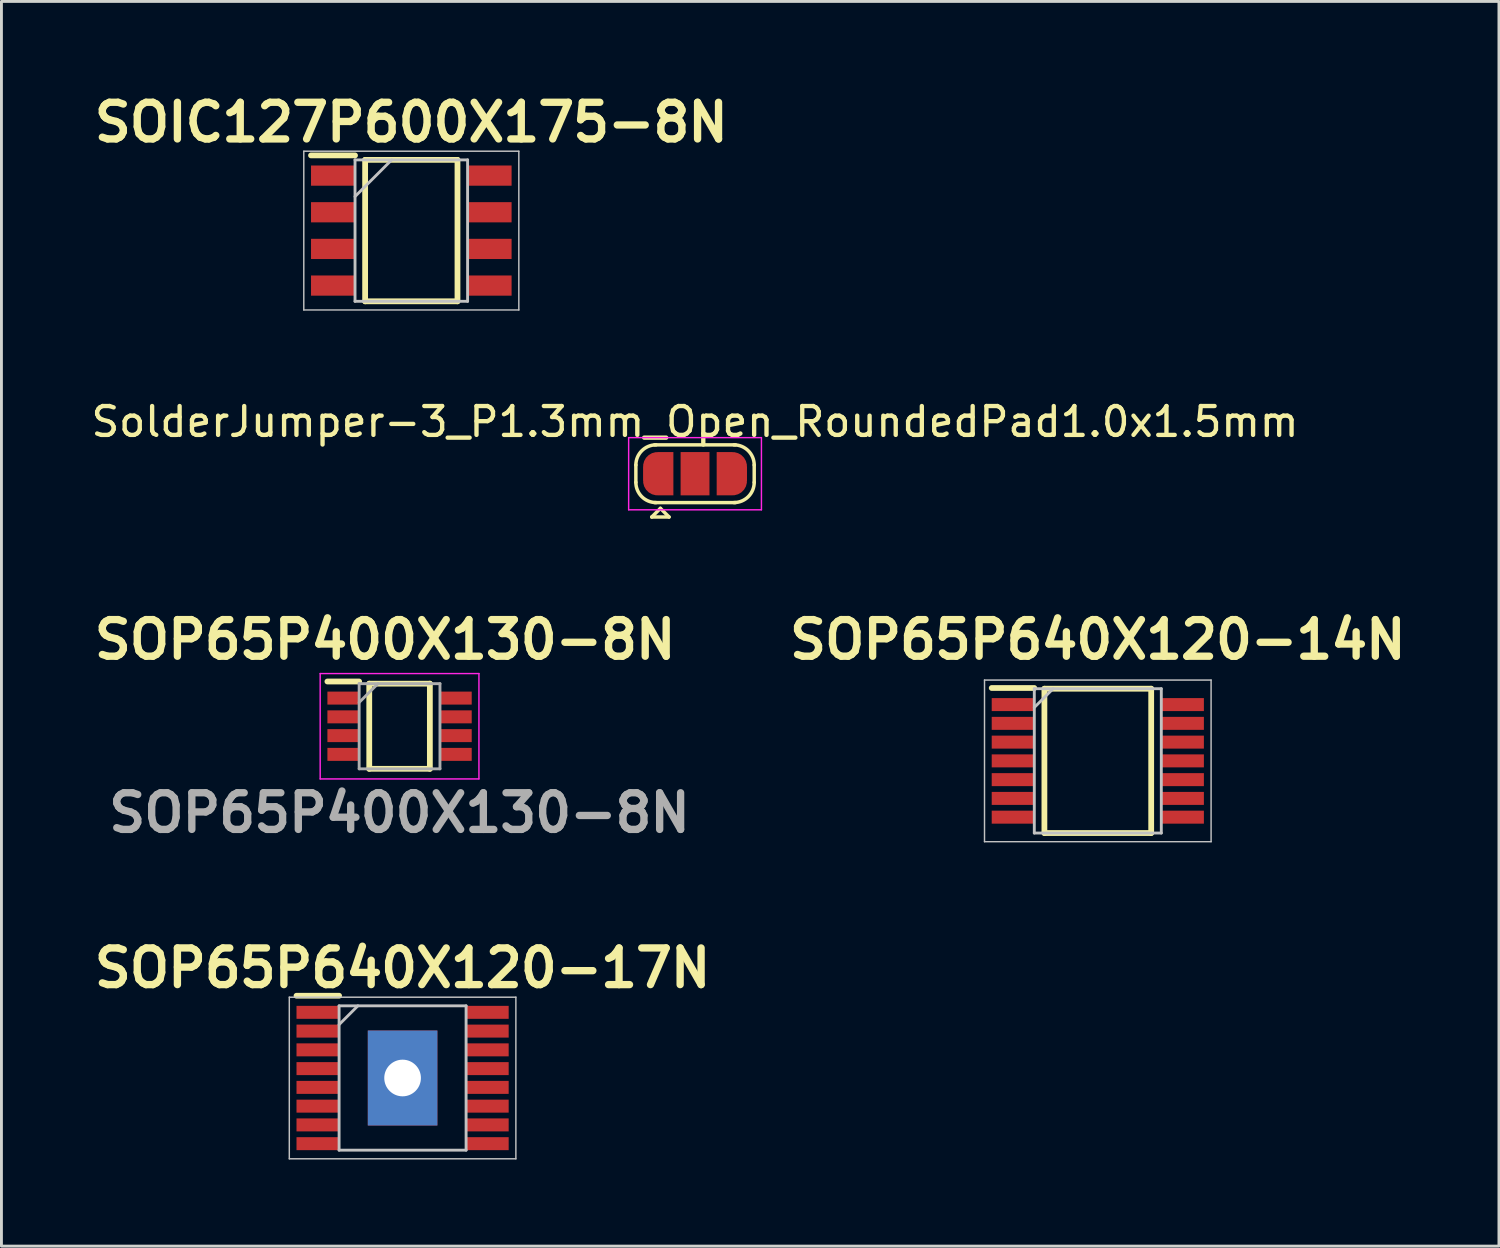
<source format=kicad_pcb>
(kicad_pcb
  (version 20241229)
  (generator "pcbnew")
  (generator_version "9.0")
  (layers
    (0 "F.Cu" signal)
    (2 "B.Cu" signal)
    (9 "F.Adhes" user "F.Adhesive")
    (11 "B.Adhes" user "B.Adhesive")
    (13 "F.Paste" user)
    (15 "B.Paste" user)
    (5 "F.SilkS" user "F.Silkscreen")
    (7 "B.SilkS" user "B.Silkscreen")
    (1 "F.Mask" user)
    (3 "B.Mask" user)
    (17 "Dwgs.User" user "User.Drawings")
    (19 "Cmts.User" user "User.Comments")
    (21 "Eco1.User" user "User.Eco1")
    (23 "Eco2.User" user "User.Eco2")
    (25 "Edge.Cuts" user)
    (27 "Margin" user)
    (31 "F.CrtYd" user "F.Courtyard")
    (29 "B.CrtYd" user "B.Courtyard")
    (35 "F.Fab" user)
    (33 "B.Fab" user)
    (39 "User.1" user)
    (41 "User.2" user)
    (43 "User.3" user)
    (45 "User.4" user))
  (footprint "SOP65P400X130-8N"
    (layer "F.Cu")
    (at 10.793 22.111)
    (property "Reference" "SOP65P400X130-8N" (at -0.5 -3 0) (layer "F.SilkS") (effects (font (size 1.27 1.27) (thickness 0.254))))
    (attr smd)
    (fp_line (start -2.5 -1.55) (end -1.4 -1.55) (stroke (width 0.2) (type solid)) (layer "F.SilkS"))
    (fp_line (start -1.05 -1.475) (end 1.05 -1.475) (stroke (width 0.2) (type solid)) (layer "F.SilkS"))
    (fp_line (start -1.05 1.475) (end -1.05 -1.475) (stroke (width 0.2) (type solid)) (layer "F.SilkS"))
    (fp_line (start 1.05 -1.475) (end 1.05 1.475) (stroke (width 0.2) (type solid)) (layer "F.SilkS"))
    (fp_line (start 1.05 1.475) (end -1.05 1.475) (stroke (width 0.2) (type solid)) (layer "F.SilkS"))
    (fp_line (start -2.75 -1.825) (end 2.75 -1.825) (stroke (width 0.05) (type solid)) (layer "F.CrtYd"))
    (fp_line (start -2.75 1.825) (end -2.75 -1.825) (stroke (width 0.05) (type solid)) (layer "F.CrtYd"))
    (fp_line (start 2.75 -1.825) (end 2.75 1.825) (stroke (width 0.05) (type solid)) (layer "F.CrtYd"))
    (fp_line (start 2.75 1.825) (end -2.75 1.825) (stroke (width 0.05) (type solid)) (layer "F.CrtYd"))
    (fp_line (start -1.4 -1.475) (end 1.4 -1.475) (stroke (width 0.1) (type solid)) (layer "F.Fab"))
    (fp_line (start -1.4 -0.825) (end -0.75 -1.475) (stroke (width 0.1) (type solid)) (layer "F.Fab"))
    (fp_line (start -1.4 1.475) (end -1.4 -1.475) (stroke (width 0.1) (type solid)) (layer "F.Fab"))
    (fp_line (start 1.4 -1.475) (end 1.4 1.475) (stroke (width 0.1) (type solid)) (layer "F.Fab"))
    (fp_line (start 1.4 1.475) (end -1.4 1.475) (stroke (width 0.1) (type solid)) (layer "F.Fab"))
    (fp_text user "${REFERENCE}" (at 0 3 0) (layer "F.Fab") (effects (font (size 1.27 1.27) (thickness 0.254))))
    (pad "1" smd rect (at -1.95 -0.975 90) (size 0.45 1.1) (layers "F.Cu" "F.Mask" "F.Paste"))
    (pad "2" smd rect (at -1.95 -0.325 90) (size 0.45 1.1) (layers "F.Cu" "F.Mask" "F.Paste"))
    (pad "3" smd rect (at -1.95 0.325 90) (size 0.45 1.1) (layers "F.Cu" "F.Mask" "F.Paste"))
    (pad "4" smd rect (at -1.95 0.975 90) (size 0.45 1.1) (layers "F.Cu" "F.Mask" "F.Paste"))
    (pad "5" smd rect (at 1.95 0.975 90) (size 0.45 1.1) (layers "F.Cu" "F.Mask" "F.Paste"))
    (pad "6" smd rect (at 1.95 0.325 90) (size 0.45 1.1) (layers "F.Cu" "F.Mask" "F.Paste"))
    (pad "7" smd rect (at 1.95 -0.325 90) (size 0.45 1.1) (layers "F.Cu" "F.Mask" "F.Paste"))
    (pad "8" smd rect (at 1.95 -0.975 90) (size 0.45 1.1) (layers "F.Cu" "F.Mask" "F.Paste")))
  (footprint "SOP65P640X120-14N"
    (layer "F.Cu")
    (at 34.984 23.311)
    (property "Reference" "SOP65P640X120-14N" (at 0 -4.2 0) (layer "F.SilkS") (effects (font (size 1.27 1.27) (thickness 0.254))))
    (attr smd)
    (fp_line (start -3.675 -2.525) (end -2.2 -2.525) (stroke (width 0.2) (type solid)) (layer "F.SilkS"))
    (fp_line (start -1.85 -2.5) (end 1.85 -2.5) (stroke (width 0.2) (type solid)) (layer "F.SilkS"))
    (fp_line (start -1.85 2.5) (end -1.85 -2.5) (stroke (width 0.2) (type solid)) (layer "F.SilkS"))
    (fp_line (start 1.85 -2.5) (end 1.85 2.5) (stroke (width 0.2) (type solid)) (layer "F.SilkS"))
    (fp_line (start 1.85 2.5) (end -1.85 2.5) (stroke (width 0.2) (type solid)) (layer "F.SilkS"))
    (fp_line (start -3.925 -2.8) (end 3.925 -2.8) (stroke (width 0.05) (type solid)) (layer "Dwgs.User"))
    (fp_line (start -3.925 2.8) (end -3.925 -2.8) (stroke (width 0.05) (type solid)) (layer "Dwgs.User"))
    (fp_line (start -2.2 -2.5) (end 2.2 -2.5) (stroke (width 0.1) (type solid)) (layer "Dwgs.User"))
    (fp_line (start -2.2 -1.85) (end -1.55 -2.5) (stroke (width 0.1) (type solid)) (layer "Dwgs.User"))
    (fp_line (start -2.2 2.5) (end -2.2 -2.5) (stroke (width 0.1) (type solid)) (layer "Dwgs.User"))
    (fp_line (start 2.2 -2.5) (end 2.2 2.5) (stroke (width 0.1) (type solid)) (layer "Dwgs.User"))
    (fp_line (start 2.2 2.5) (end -2.2 2.5) (stroke (width 0.1) (type solid)) (layer "Dwgs.User"))
    (fp_line (start 3.925 -2.8) (end 3.925 2.8) (stroke (width 0.05) (type solid)) (layer "Dwgs.User"))
    (fp_line (start 3.925 2.8) (end -3.925 2.8) (stroke (width 0.05) (type solid)) (layer "Dwgs.User"))
    (pad "1" smd rect (at -2.938 -1.95 90) (size 0.45 1.475) (layers "F.Cu" "F.Mask" "F.Paste"))
    (pad "2" smd rect (at -2.938 -1.3 90) (size 0.45 1.475) (layers "F.Cu" "F.Mask" "F.Paste"))
    (pad "3" smd rect (at -2.938 -0.65 90) (size 0.45 1.475) (layers "F.Cu" "F.Mask" "F.Paste"))
    (pad "4" smd rect (at -2.938 0 90) (size 0.45 1.475) (layers "F.Cu" "F.Mask" "F.Paste"))
    (pad "5" smd rect (at -2.938 0.65 90) (size 0.45 1.475) (layers "F.Cu" "F.Mask" "F.Paste"))
    (pad "6" smd rect (at -2.938 1.3 90) (size 0.45 1.475) (layers "F.Cu" "F.Mask" "F.Paste"))
    (pad "7" smd rect (at -2.938 1.95 90) (size 0.45 1.475) (layers "F.Cu" "F.Mask" "F.Paste"))
    (pad "8" smd rect (at 2.938 1.95 90) (size 0.45 1.475) (layers "F.Cu" "F.Mask" "F.Paste"))
    (pad "9" smd rect (at 2.938 1.3 90) (size 0.45 1.475) (layers "F.Cu" "F.Mask" "F.Paste"))
    (pad "10" smd rect (at 2.938 0.65 90) (size 0.45 1.475) (layers "F.Cu" "F.Mask" "F.Paste"))
    (pad "11" smd rect (at 2.938 0 90) (size 0.45 1.475) (layers "F.Cu" "F.Mask" "F.Paste"))
    (pad "12" smd rect (at 2.938 -0.65 90) (size 0.45 1.475) (layers "F.Cu" "F.Mask" "F.Paste"))
    (pad "13" smd rect (at 2.938 -1.3 90) (size 0.45 1.475) (layers "F.Cu" "F.Mask" "F.Paste"))
    (pad "14" smd rect (at 2.938 -1.95 90) (size 0.45 1.475) (layers "F.Cu" "F.Mask" "F.Paste")))
  (footprint "SOP65P640X120-17N"
    (layer "F.Cu")
    (at 10.898 34.298)
    (property "Reference" "SOP65P640X120-17N" (at 0 -3.81 0) (layer "F.SilkS") (effects (font (size 1.27 1.27) (thickness 0.254))))
    (attr smd)
    (fp_line (start -3.675 -2.85) (end -2.2 -2.85) (stroke (width 0.2) (type solid)) (layer "F.SilkS"))
    (fp_line (start -3.925 -2.8) (end 3.925 -2.8) (stroke (width 0.05) (type solid)) (layer "Dwgs.User"))
    (fp_line (start -3.925 2.8) (end -3.925 -2.8) (stroke (width 0.05) (type solid)) (layer "Dwgs.User"))
    (fp_line (start -2.2 -2.5) (end 2.2 -2.5) (stroke (width 0.1) (type solid)) (layer "Dwgs.User"))
    (fp_line (start -2.2 -1.85) (end -1.55 -2.5) (stroke (width 0.1) (type solid)) (layer "Dwgs.User"))
    (fp_line (start -2.2 2.5) (end -2.2 -2.5) (stroke (width 0.1) (type solid)) (layer "Dwgs.User"))
    (fp_line (start 2.2 -2.5) (end 2.2 2.5) (stroke (width 0.1) (type solid)) (layer "Dwgs.User"))
    (fp_line (start 2.2 2.5) (end -2.2 2.5) (stroke (width 0.1) (type solid)) (layer "Dwgs.User"))
    (fp_line (start 3.925 -2.8) (end 3.925 2.8) (stroke (width 0.05) (type solid)) (layer "Dwgs.User"))
    (fp_line (start 3.925 2.8) (end -3.925 2.8) (stroke (width 0.05) (type solid)) (layer "Dwgs.User"))
    (pad "1" smd rect (at -2.938 -2.275 90) (size 0.45 1.475) (layers "F.Cu" "F.Mask" "F.Paste"))
    (pad "2" smd rect (at -2.938 -1.625 90) (size 0.45 1.475) (layers "F.Cu" "F.Mask" "F.Paste"))
    (pad "3" smd rect (at -2.938 -0.975 90) (size 0.45 1.475) (layers "F.Cu" "F.Mask" "F.Paste"))
    (pad "4" smd rect (at -2.938 -0.325 90) (size 0.45 1.475) (layers "F.Cu" "F.Mask" "F.Paste"))
    (pad "5" smd rect (at -2.938 0.325 90) (size 0.45 1.475) (layers "F.Cu" "F.Mask" "F.Paste"))
    (pad "6" smd rect (at -2.938 0.975 90) (size 0.45 1.475) (layers "F.Cu" "F.Mask" "F.Paste"))
    (pad "7" smd rect (at -2.938 1.625 90) (size 0.45 1.475) (layers "F.Cu" "F.Mask" "F.Paste"))
    (pad "8" smd rect (at -2.938 2.275 90) (size 0.45 1.475) (layers "F.Cu" "F.Mask" "F.Paste"))
    (pad "9" smd rect (at 2.938 2.275 90) (size 0.45 1.475) (layers "F.Cu" "F.Mask" "F.Paste"))
    (pad "10" smd rect (at 2.938 1.625 90) (size 0.45 1.475) (layers "F.Cu" "F.Mask" "F.Paste"))
    (pad "11" smd rect (at 2.938 0.975 90) (size 0.45 1.475) (layers "F.Cu" "F.Mask" "F.Paste"))
    (pad "12" smd rect (at 2.938 0.325 90) (size 0.45 1.475) (layers "F.Cu" "F.Mask" "F.Paste"))
    (pad "13" smd rect (at 2.938 -0.325 90) (size 0.45 1.475) (layers "F.Cu" "F.Mask" "F.Paste"))
    (pad "14" smd rect (at 2.938 -0.975 90) (size 0.45 1.475) (layers "F.Cu" "F.Mask" "F.Paste"))
    (pad "15" smd rect (at 2.938 -1.625 90) (size 0.45 1.475) (layers "F.Cu" "F.Mask" "F.Paste"))
    (pad "16" smd rect (at 2.938 -2.275 90) (size 0.45 1.475) (layers "F.Cu" "F.Mask" "F.Paste"))
    (pad "17" thru_hole rect (at 0 0) (size 2.41 3.29) (drill 1.27) (layers "*.Cu" "*.Mask")))
  (footprint "SOIC127P600X175-8N"
    (layer "F.Cu")
    (at 11.2 4.939)
    (property "Reference" "SOIC127P600X175-8N" (at 0 -3.75 0) (layer "F.SilkS") (effects (font (size 1.27 1.27) (thickness 0.254))))
    (attr smd)
    (fp_line (start -3.475 -2.605) (end -1.95 -2.605) (stroke (width 0.2) (type solid)) (layer "F.SilkS"))
    (fp_line (start -1.6 -2.45) (end 1.6 -2.45) (stroke (width 0.2) (type solid)) (layer "F.SilkS"))
    (fp_line (start -1.6 2.45) (end -1.6 -2.45) (stroke (width 0.2) (type solid)) (layer "F.SilkS"))
    (fp_line (start 1.6 -2.45) (end 1.6 2.45) (stroke (width 0.2) (type solid)) (layer "F.SilkS"))
    (fp_line (start 1.6 2.45) (end -1.6 2.45) (stroke (width 0.2) (type solid)) (layer "F.SilkS"))
    (fp_line (start -3.725 -2.75) (end 3.725 -2.75) (stroke (width 0.05) (type solid)) (layer "Dwgs.User"))
    (fp_line (start -3.725 2.75) (end -3.725 -2.75) (stroke (width 0.05) (type solid)) (layer "Dwgs.User"))
    (fp_line (start -1.95 -2.45) (end 1.95 -2.45) (stroke (width 0.1) (type solid)) (layer "Dwgs.User"))
    (fp_line (start -1.95 -1.18) (end -0.68 -2.45) (stroke (width 0.1) (type solid)) (layer "Dwgs.User"))
    (fp_line (start -1.95 2.45) (end -1.95 -2.45) (stroke (width 0.1) (type solid)) (layer "Dwgs.User"))
    (fp_line (start 1.95 -2.45) (end 1.95 2.45) (stroke (width 0.1) (type solid)) (layer "Dwgs.User"))
    (fp_line (start 1.95 2.45) (end -1.95 2.45) (stroke (width 0.1) (type solid)) (layer "Dwgs.User"))
    (fp_line (start 3.725 -2.75) (end 3.725 2.75) (stroke (width 0.05) (type solid)) (layer "Dwgs.User"))
    (fp_line (start 3.725 2.75) (end -3.725 2.75) (stroke (width 0.05) (type solid)) (layer "Dwgs.User"))
    (pad "1" smd rect (at -2.712 -1.905 90) (size 0.7 1.525) (layers "F.Cu" "F.Mask" "F.Paste"))
    (pad "2" smd rect (at -2.712 -0.635 90) (size 0.7 1.525) (layers "F.Cu" "F.Mask" "F.Paste"))
    (pad "3" smd rect (at -2.712 0.635 90) (size 0.7 1.525) (layers "F.Cu" "F.Mask" "F.Paste"))
    (pad "4" smd rect (at -2.712 1.905 90) (size 0.7 1.525) (layers "F.Cu" "F.Mask" "F.Paste"))
    (pad "5" smd rect (at 2.712 1.905 90) (size 0.7 1.525) (layers "F.Cu" "F.Mask" "F.Paste"))
    (pad "6" smd rect (at 2.712 0.635 90) (size 0.7 1.525) (layers "F.Cu" "F.Mask" "F.Paste"))
    (pad "7" smd rect (at 2.712 -0.635 90) (size 0.7 1.525) (layers "F.Cu" "F.Mask" "F.Paste"))
    (pad "8" smd rect (at 2.712 -1.905 90) (size 0.7 1.525) (layers "F.Cu" "F.Mask" "F.Paste")))
  (footprint "SolderJumper-3_P1.3mm_Open_RoundedPad1.0x1.5mm"
    (layer "F.Cu")
    (at 21.03 13.362)
    (property "Reference" "SolderJumper-3_P1.3mm_Open_RoundedPad1.0x1.5mm" (at 0 -1.8 0) (layer "F.SilkS") (effects (font (size 1 1) (thickness 0.15))))
    (attr exclude_from_pos_files exclude_from_bom)
    (fp_line (start -2.05 0.3) (end -2.05 -0.3) (stroke (width 0.12) (type solid)) (layer "F.SilkS"))
    (fp_line (start -1.5 1.5) (end -0.9 1.5) (stroke (width 0.12) (type solid)) (layer "F.SilkS"))
    (fp_line (start -1.4 -1) (end 1.4 -1) (stroke (width 0.12) (type solid)) (layer "F.SilkS"))
    (fp_line (start -1.2 1.2) (end -1.5 1.5) (stroke (width 0.12) (type solid)) (layer "F.SilkS"))
    (fp_line (start -1.2 1.2) (end -0.9 1.5) (stroke (width 0.12) (type solid)) (layer "F.SilkS"))
    (fp_line (start 1.4 1) (end -1.4 1) (stroke (width 0.12) (type solid)) (layer "F.SilkS"))
    (fp_line (start 2.05 -0.3) (end 2.05 0.3) (stroke (width 0.12) (type solid)) (layer "F.SilkS"))
    (fp_arc (start -2.05 -0.3) (mid -1.844975 -0.794975) (end -1.35 -1) (stroke (width 0.12) (type solid)) (layer "F.SilkS"))
    (fp_arc (start -1.35 1) (mid -1.844975 0.794975) (end -2.05 0.3) (stroke (width 0.12) (type solid)) (layer "F.SilkS"))
    (fp_arc (start 1.35 -1) (mid 1.844975 -0.794975) (end 2.05 -0.3) (stroke (width 0.12) (type solid)) (layer "F.SilkS"))
    (fp_arc (start 2.05 0.3) (mid 1.844975 0.794975) (end 1.35 1) (stroke (width 0.12) (type solid)) (layer "F.SilkS"))
    (fp_line (start -2.3 -1.25) (end -2.3 1.25) (stroke (width 0.05) (type solid)) (layer "F.CrtYd"))
    (fp_line (start -2.3 -1.25) (end 2.3 -1.25) (stroke (width 0.05) (type solid)) (layer "F.CrtYd"))
    (fp_line (start 2.3 1.25) (end -2.3 1.25) (stroke (width 0.05) (type solid)) (layer "F.CrtYd"))
    (fp_line (start 2.3 1.25) (end 2.3 -1.25) (stroke (width 0.05) (type solid)) (layer "F.CrtYd"))
    (pad "1" smd custom (at -1.3 0) (size 1 0.5) (layers "F.Cu" "F.Mask") (options (anchor rect)) (primitives (gr_circle (center 0 0.25) (end 0.5 0.25) (width 0) (fill yes)) (gr_circle (center 0 -0.25) (end 0.5 -0.25) (width 0) (fill yes)) (gr_poly (pts (xy 0.55 -0.75) (xy 0 -0.75) (xy 0 0.75) (xy 0.55 0.75)) (width 0) (fill yes))))
    (pad "2" smd rect (at 0 0) (size 1 1.5) (layers "F.Cu" "F.Mask"))
    (pad "3" smd custom (at 1.3 0) (size 1 0.5) (layers "F.Cu" "F.Mask") (options (anchor rect)) (primitives (gr_circle (center 0 0.25) (end 0.5 0.25) (width 0) (fill yes)) (gr_circle (center 0 -0.25) (end 0.5 -0.25) (width 0) (fill yes)) (gr_poly (pts (xy -0.55 -0.75) (xy 0 -0.75) (xy 0 0.75) (xy -0.55 0.75)) (width 0) (fill yes)))))
  (gr_rect
    (start -3 -3)
    (end 48.882 40.123)
    (stroke (width 0.1) (type default))
    (fill no)
    (layer "Edge.Cuts")))
</source>
